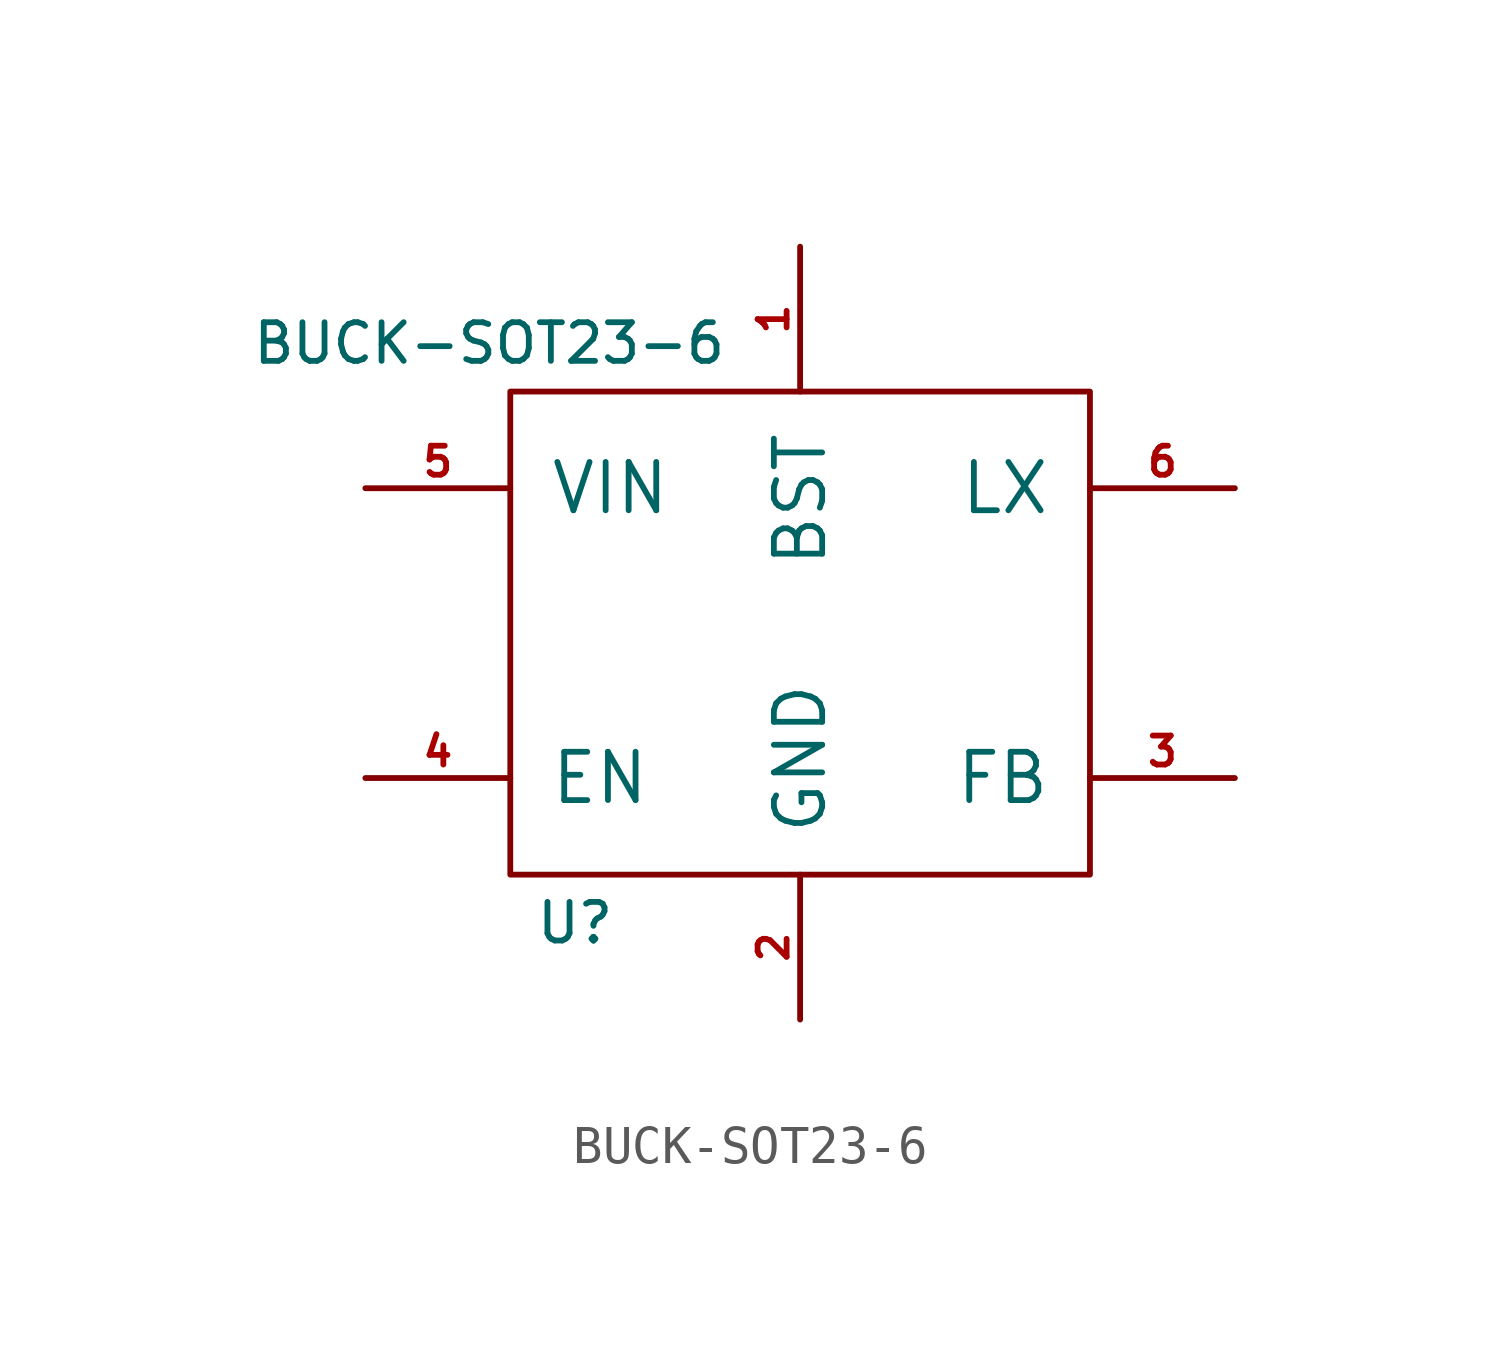
<source format=kicad_sym>
(kicad_symbol_lib
  (version 20211014)
  (generator kicad_symbol_editor)
  (symbol "BUCK-SOT23-6"
    (pin_names
      (offset 1.016))
    (property "Reference" "U"
      (at -6.985 -7.62 0)
      (effects (font (size 1.016 1.016)) (justify left)))
    (property "Value" "BUCK-SOT23-6"
      (at -1.905 7.62 0)
      (effects (font (size 1.016 1.016)) (justify right)))
    (symbol "BUCK-SOT23-6_0_1"
      (rectangle (start -7.62 -6.35) (end 7.62 6.35) (stroke (width 0) (type default) (color 0 0 0 0)) (fill (type none))))
    (symbol "BUCK-SOT23-6_1_1"
      (pin passive line (at 0 10.16 270) (length 3.81) (name "BST" (effects (font (size 1.27 1.27)))) (number "1" (effects (font (size 0.762 0.762)))))
      (pin power_in line (at 0 -10.16 90) (length 3.81) (name "GND" (effects (font (size 1.27 1.27)))) (number "2" (effects (font (size 0.762 0.762)))))
      (pin passive line (at 11.43 -3.81 180) (length 3.81) (name "FB" (effects (font (size 1.27 1.27)))) (number "3" (effects (font (size 0.762 0.762)))))
      (pin input line (at -11.43 -3.81 0) (length 3.81) (name "EN" (effects (font (size 1.27 1.27)))) (number "4" (effects (font (size 0.762 0.762)))))
      (pin power_in line (at -11.43 3.81 0) (length 3.81) (name "VIN" (effects (font (size 1.27 1.27)))) (number "5" (effects (font (size 0.762 0.762)))))
      (pin passive line (at 11.43 3.81 180) (length 3.81) (name "LX" (effects (font (size 1.27 1.27)))) (number "6" (effects (font (size 0.762 0.762))))))))
</source>
